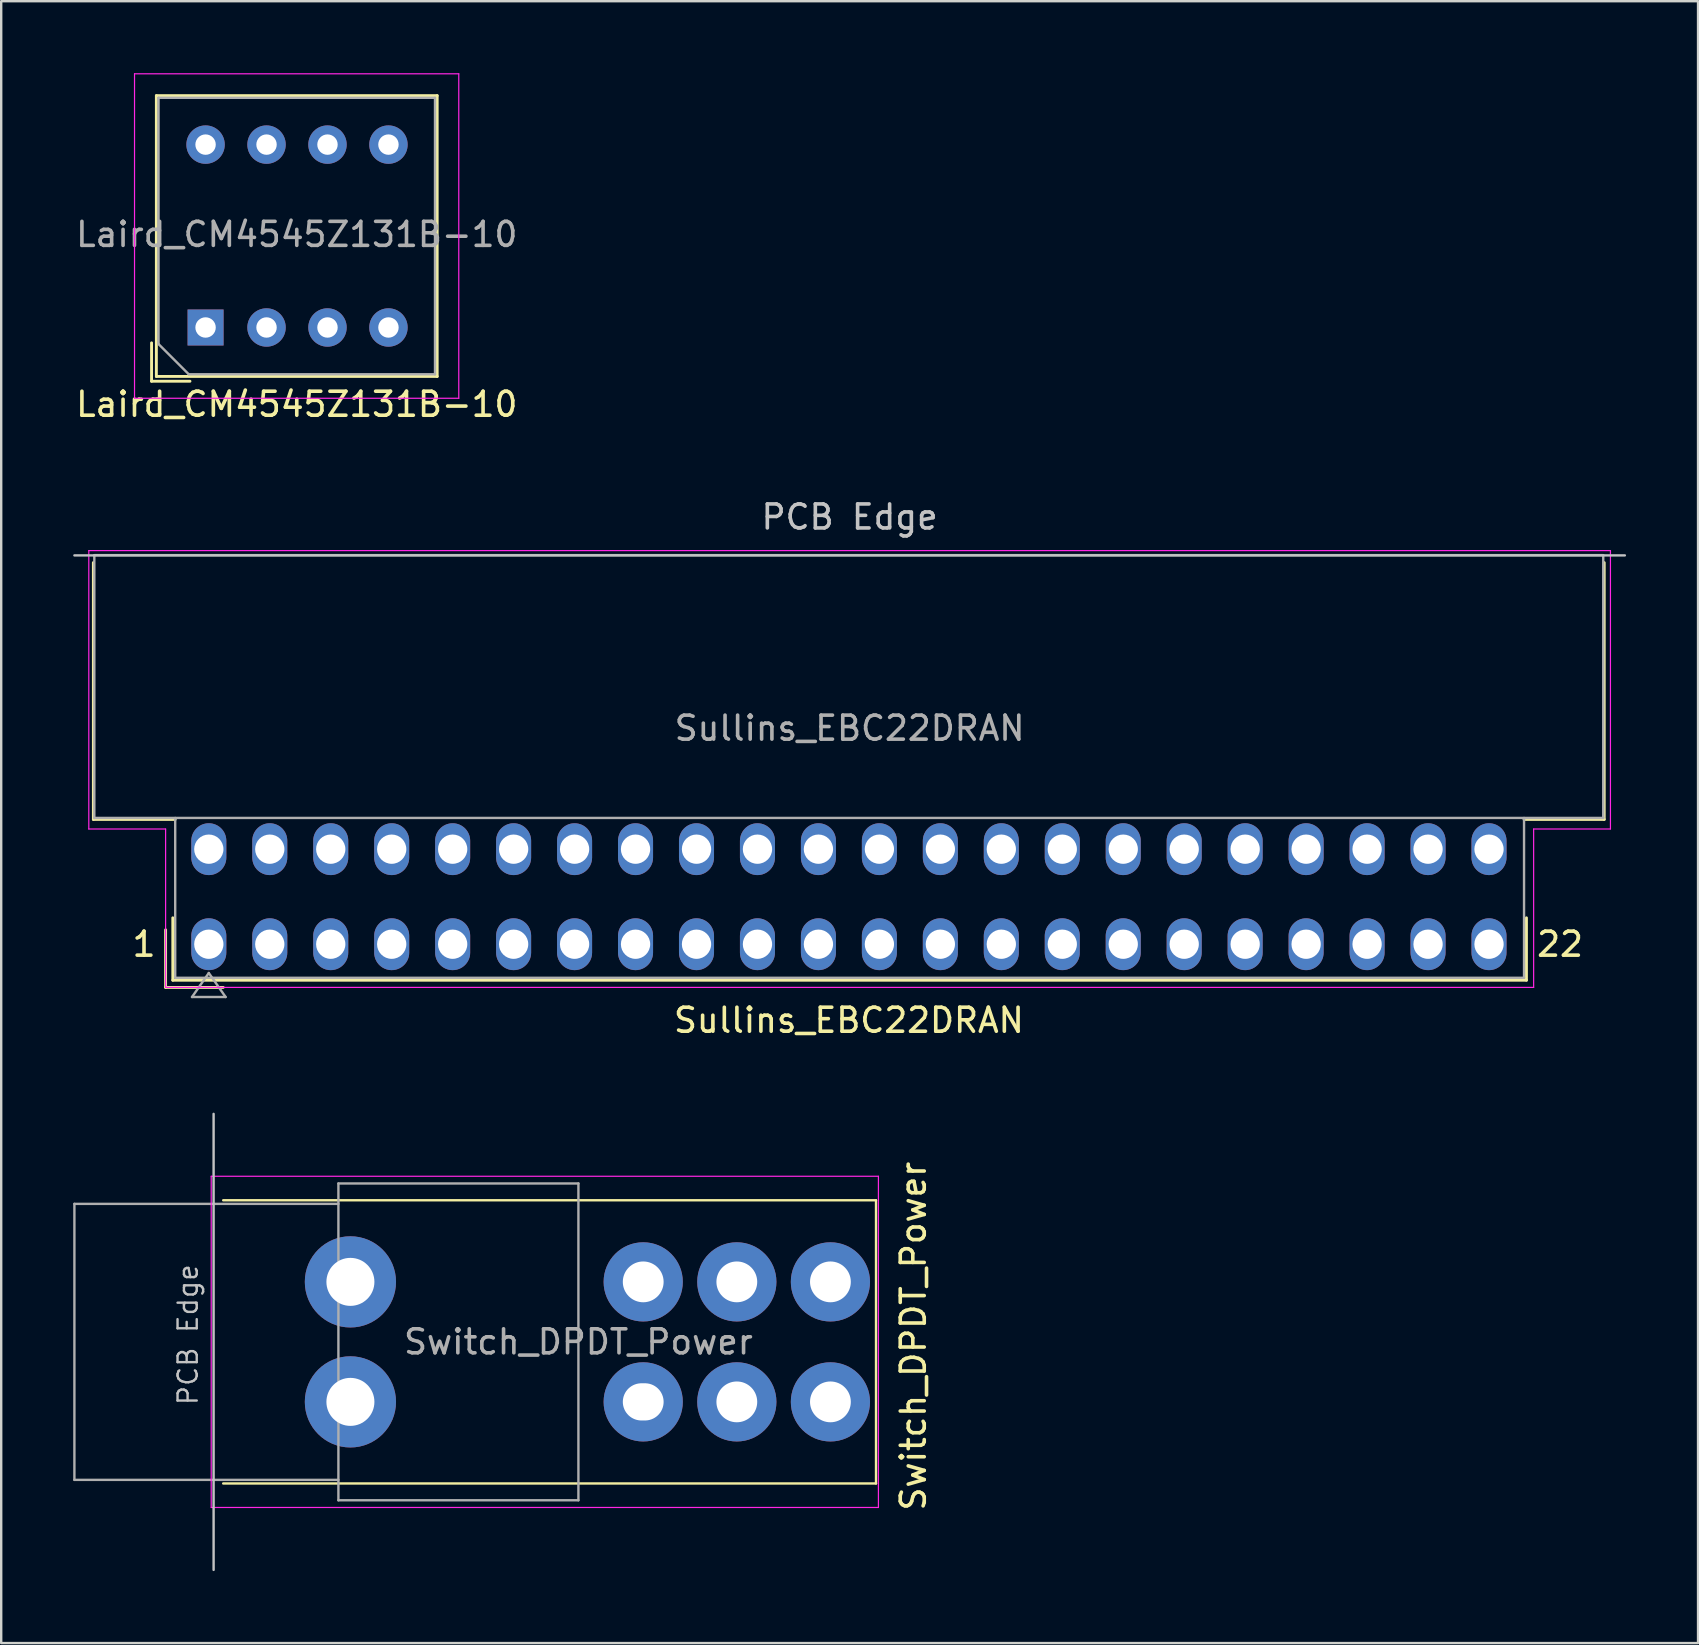
<source format=kicad_pcb>
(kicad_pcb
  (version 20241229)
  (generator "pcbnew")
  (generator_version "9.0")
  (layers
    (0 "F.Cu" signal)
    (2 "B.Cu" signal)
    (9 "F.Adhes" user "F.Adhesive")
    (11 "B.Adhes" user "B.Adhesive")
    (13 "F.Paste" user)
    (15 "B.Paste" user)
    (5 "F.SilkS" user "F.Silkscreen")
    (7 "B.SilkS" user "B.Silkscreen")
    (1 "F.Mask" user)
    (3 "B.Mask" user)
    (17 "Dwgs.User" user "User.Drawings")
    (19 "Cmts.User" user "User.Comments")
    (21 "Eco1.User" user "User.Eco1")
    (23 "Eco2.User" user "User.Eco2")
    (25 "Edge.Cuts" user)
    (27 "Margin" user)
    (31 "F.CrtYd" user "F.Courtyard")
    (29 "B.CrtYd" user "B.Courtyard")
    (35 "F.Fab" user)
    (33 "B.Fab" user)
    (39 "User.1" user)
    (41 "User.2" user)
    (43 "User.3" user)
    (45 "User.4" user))
  (footprint "Switch_DPDT_Power"
    (layer "F.Cu")
    (at 31.55 50.36)
    (property "Reference" "Switch_DPDT_Power" (at 3.454 2.261 90) (layer "F.SilkS") (effects (font (size 1 1) (thickness 0.15))))
    (attr through_hole)
    (fp_line (start -25.3 -3.4) (end 1.9 -3.4) (stroke (width 0.1) (type default)) (layer "F.SilkS"))
    (fp_line (start -25.3 8.4) (end 1.9 8.4) (stroke (width 0.1) (type default)) (layer "F.SilkS"))
    (fp_line (start 1.9 -3.4) (end 1.9 8.4) (stroke (width 0.1) (type default)) (layer "F.SilkS"))
    (fp_line (start -25.7 -7) (end -25.7 12) (stroke (width 0.1) (type default)) (layer "Dwgs.User"))
    (fp_line (start -25.8 -4.4) (end 2 -4.4) (stroke (width 0.05) (type default)) (layer "F.CrtYd"))
    (fp_line (start -25.8 9.4) (end -25.8 -4.4) (stroke (width 0.05) (type default)) (layer "F.CrtYd"))
    (fp_line (start 2 -4.4) (end 2 9.4) (stroke (width 0.05) (type default)) (layer "F.CrtYd"))
    (fp_line (start 2 9.4) (end -25.8 9.4) (stroke (width 0.05) (type default)) (layer "F.CrtYd"))
    (fp_line (start -31.5 -3.25) (end -31.5 8.25) (stroke (width 0.1) (type default)) (layer "F.Fab"))
    (fp_line (start -31.5 -3.25) (end -20.5 -3.25) (stroke (width 0.1) (type default)) (layer "F.Fab"))
    (fp_line (start -31.5 8.25) (end -20.5 8.25) (stroke (width 0.1) (type default)) (layer "F.Fab"))
    (fp_line (start -20.5 -4.1) (end -20.5 9.1) (stroke (width 0.1) (type solid)) (layer "F.Fab"))
    (fp_line (start -20.5 -4.1) (end -10.5 -4.1) (stroke (width 0.1) (type solid)) (layer "F.Fab"))
    (fp_line (start -20.5 9.1) (end -10.5 9.1) (stroke (width 0.1) (type solid)) (layer "F.Fab"))
    (fp_line (start -10.5 -4.1) (end -10.5 9.1) (stroke (width 0.1) (type solid)) (layer "F.Fab"))
    (fp_text user "PCB Edge" (at -26.3 5.2 90) (unlocked yes) (layer "Dwgs.User") (effects (font (size 0.8 0.8) (thickness 0.1)) (justify left bottom)))
    (fp_text user "${REFERENCE}" (at -10.5 2.5 0) (layer "F.Fab") (effects (font (size 1 1) (thickness 0.15))))
    (pad "" thru_hole circle (at -20 0) (size 3.8 3.8) (drill 2) (layers "*.Cu" "*.Mask"))
    (pad "" thru_hole circle (at -20 5) (size 3.8 3.8) (drill 2) (layers "*.Cu" "*.Mask"))
    (pad "1" thru_hole circle (at 0 0) (size 3.3 3.3) (drill 1.7) (layers "*.Cu" "*.Mask"))
    (pad "2" thru_hole circle (at -3.9 0) (size 3.3 3.3) (drill 1.7) (layers "*.Cu" "*.Mask"))
    (pad "3" thru_hole circle (at -7.8 0) (size 3.3 3.3) (drill 1.7) (layers "*.Cu" "*.Mask"))
    (pad "4" thru_hole circle (at 0 5) (size 3.3 3.3) (drill 1.7) (layers "*.Cu" "*.Mask"))
    (pad "5" thru_hole circle (at -3.9 5) (size 3.3 3.3) (drill 1.7) (layers "*.Cu" "*.Mask"))
    (pad "6" thru_hole circle (at -7.8 5) (size 3.3 3.3) (drill oval 1.7 1.55) (layers "*.Cu" "*.Mask")))
  (footprint "Laird_CM4545Z131B-10"
    (layer "F.Cu")
    (at 5.515 10.595)
    (property "Reference" "Laird_CM4545Z131B-10" (at 3.8 3.2 0) (layer "F.SilkS") (effects (font (size 1 1) (thickness 0.15))))
    (attr through_hole)
    (fp_line (start -2.25 2.24) (end -2.25 0.64) (stroke (width 0.12) (type solid)) (layer "F.SilkS"))
    (fp_line (start -2.05 -9.66) (end 9.65 -9.66) (stroke (width 0.12) (type solid)) (layer "F.SilkS"))
    (fp_line (start -2.05 2.04) (end -2.05 -9.66) (stroke (width 0.12) (type solid)) (layer "F.SilkS"))
    (fp_line (start -0.65 2.24) (end -2.25 2.24) (stroke (width 0.12) (type solid)) (layer "F.SilkS"))
    (fp_line (start 9.65 -9.66) (end 9.65 2.04) (stroke (width 0.12) (type solid)) (layer "F.SilkS"))
    (fp_line (start 9.65 2.04) (end -2.05 2.04) (stroke (width 0.12) (type solid)) (layer "F.SilkS"))
    (fp_line (start -2.96 -10.57) (end -2.96 2.95) (stroke (width 0.05) (type solid)) (layer "F.CrtYd"))
    (fp_line (start -2.96 -10.57) (end 10.55 -10.57) (stroke (width 0.05) (type solid)) (layer "F.CrtYd"))
    (fp_line (start 10.55 -10.57) (end 10.55 2.95) (stroke (width 0.05) (type solid)) (layer "F.CrtYd"))
    (fp_line (start 10.55 2.95) (end -2.96 2.95) (stroke (width 0.05) (type solid)) (layer "F.CrtYd"))
    (fp_line (start -1.96 0.69) (end -1.96 -9.57) (stroke (width 0.1) (type solid)) (layer "F.Fab"))
    (fp_line (start -0.7 1.95) (end -1.96 0.69) (stroke (width 0.1) (type solid)) (layer "F.Fab"))
    (fp_line (start -0.7 1.95) (end 9.56 1.95) (stroke (width 0.1) (type solid)) (layer "F.Fab"))
    (fp_line (start 9.56 -9.57) (end -1.96 -9.57) (stroke (width 0.1) (type solid)) (layer "F.Fab"))
    (fp_line (start 9.56 -9.57) (end 9.56 1.95) (stroke (width 0.1) (type solid)) (layer "F.Fab"))
    (fp_text user "${REFERENCE}" (at 3.8 -3.877 0) (layer "F.Fab") (effects (font (size 1 1) (thickness 0.15))))
    (pad "1" thru_hole rect (at 0 0) (size 1.5 1.5) (drill 0.85) (layers "*.Cu" "*.Mask"))
    (pad "2" thru_hole circle (at 2.54 0) (size 1.6 1.6) (drill 0.85) (layers "*.Cu" "*.Mask"))
    (pad "3" thru_hole circle (at 5.08 0) (size 1.6 1.6) (drill 0.85) (layers "*.Cu" "*.Mask"))
    (pad "4" thru_hole circle (at 7.62 0) (size 1.6 1.6) (drill 0.85) (layers "*.Cu" "*.Mask"))
    (pad "5" thru_hole circle (at 7.62 -7.62) (size 1.6 1.6) (drill 0.85) (layers "*.Cu" "*.Mask"))
    (pad "6" thru_hole circle (at 5.08 -7.62) (size 1.6 1.6) (drill 0.85) (layers "*.Cu" "*.Mask"))
    (pad "7" thru_hole circle (at 2.54 -7.62) (size 1.6 1.6) (drill 0.85) (layers "*.Cu" "*.Mask"))
    (pad "8" thru_hole circle (at 0 -7.62) (size 1.6 1.6) (drill 0.85) (layers "*.Cu" "*.Mask")))
  (footprint "Sullins_EBC22DRAN"
    (layer "F.Cu")
    (at 5.65 36.291)
    (property "Reference" "Sullins_EBC22DRAN" (at 26.67 3.17 0) (layer "F.SilkS") (effects (font (size 1 1) (thickness 0.15))))
    (attr through_hole)
    (fp_line (start -4.81 -15.9) (end -4.81 -5.2) (stroke (width 0.12) (type solid)) (layer "F.SilkS"))
    (fp_line (start -4.81 -5.2) (end -1.4 -5.2) (stroke (width 0.12) (type solid)) (layer "F.SilkS"))
    (fp_line (start -1.8 -0.6) (end -1.8 1.8) (stroke (width 0.12) (type solid)) (layer "F.SilkS"))
    (fp_line (start -1.8 1.8) (end 0.6 1.8) (stroke (width 0.12) (type solid)) (layer "F.SilkS"))
    (fp_line (start -1.5 -1.1) (end -1.5 1.5) (stroke (width 0.12) (type solid)) (layer "F.SilkS"))
    (fp_line (start -1.5 1.5) (end 54.9 1.5) (stroke (width 0.12) (type solid)) (layer "F.SilkS"))
    (fp_line (start 54.8 -5.2) (end 58.14 -5.2) (stroke (width 0.12) (type solid)) (layer "F.SilkS"))
    (fp_line (start 54.9 1.5) (end 54.9 -1.1) (stroke (width 0.12) (type solid)) (layer "F.SilkS"))
    (fp_line (start 58.14 -5.2) (end 58.14 -15.9) (stroke (width 0.12) (type solid)) (layer "F.SilkS"))
    (fp_line (start -5.6 -16.2) (end 59 -16.2) (stroke (width 0.1) (type solid)) (layer "Dwgs.User"))
    (fp_line (start -5 -16.4) (end -5 -4.8) (stroke (width 0.05) (type solid)) (layer "F.CrtYd"))
    (fp_line (start -5 -4.8) (end -1.8 -4.8) (stroke (width 0.05) (type solid)) (layer "F.CrtYd"))
    (fp_line (start -1.8 -4.8) (end -1.8 1.8) (stroke (width 0.05) (type solid)) (layer "F.CrtYd"))
    (fp_line (start -1.8 1.8) (end 55.2 1.8) (stroke (width 0.05) (type solid)) (layer "F.CrtYd"))
    (fp_line (start 55.2 -4.8) (end 58.4 -4.8) (stroke (width 0.05) (type solid)) (layer "F.CrtYd"))
    (fp_line (start 55.2 1.8) (end 55.2 -4.8) (stroke (width 0.05) (type solid)) (layer "F.CrtYd"))
    (fp_line (start 58.4 -16.4) (end -5 -16.4) (stroke (width 0.05) (type solid)) (layer "F.CrtYd"))
    (fp_line (start 58.4 -4.8) (end 58.4 -16.4) (stroke (width 0.05) (type solid)) (layer "F.CrtYd"))
    (fp_line (start -4.77 -16.21) (end -4.77 -5.26) (stroke (width 0.1) (type solid)) (layer "F.Fab"))
    (fp_line (start -4.77 -16.21) (end 58.1 -16.21) (stroke (width 0.1) (type solid)) (layer "F.Fab"))
    (fp_line (start -4.77 -5.26) (end 58.1 -5.26) (stroke (width 0.1) (type solid)) (layer "F.Fab"))
    (fp_line (start -1.4 -5.26) (end -1.4 1.4) (stroke (width 0.1) (type solid)) (layer "F.Fab"))
    (fp_line (start -1.4 1.4) (end 54.8 1.4) (stroke (width 0.1) (type solid)) (layer "F.Fab"))
    (fp_line (start -0.7 2.2) (end 0 1.2) (stroke (width 0.1) (type solid)) (layer "F.Fab"))
    (fp_line (start 0 1.2) (end 0.7 2.2) (stroke (width 0.1) (type solid)) (layer "F.Fab"))
    (fp_line (start 0.7 2.2) (end -0.7 2.2) (stroke (width 0.1) (type solid)) (layer "F.Fab"))
    (fp_line (start 54.8 -5.26) (end 54.8 1.4) (stroke (width 0.1) (type solid)) (layer "F.Fab"))
    (fp_line (start 58.1 -16.21) (end 58.1 -5.26) (stroke (width 0.1) (type solid)) (layer "F.Fab"))
    (fp_text user "1" (at -2.7 0 0) (layer "F.SilkS") (effects (font (size 1 1) (thickness 0.15))))
    (fp_text user "22" (at 56.3 0 0) (layer "F.SilkS") (effects (font (size 1 1) (thickness 0.15))))
    (fp_text user "PCB Edge" (at 26.7 -17.8 0) (layer "Dwgs.User") (effects (font (size 1 1) (thickness 0.15))))
    (fp_text user "${REFERENCE}" (at 26.7 -9 0) (layer "F.Fab") (effects (font (size 1 1) (thickness 0.15))))
    (pad "1" thru_hole oval (at 0 0) (size 1.46 2.16) (drill 1.22) (layers "*.Cu" "*.Mask"))
    (pad "2" thru_hole oval (at 2.54 0) (size 1.46 2.16) (drill 1.22) (layers "*.Cu" "*.Mask"))
    (pad "3" thru_hole oval (at 5.08 0) (size 1.46 2.16) (drill 1.22) (layers "*.Cu" "*.Mask"))
    (pad "4" thru_hole oval (at 7.62 0) (size 1.46 2.16) (drill 1.22) (layers "*.Cu" "*.Mask"))
    (pad "5" thru_hole oval (at 10.16 0) (size 1.46 2.16) (drill 1.22) (layers "*.Cu" "*.Mask"))
    (pad "6" thru_hole oval (at 12.7 0) (size 1.46 2.16) (drill 1.22) (layers "*.Cu" "*.Mask"))
    (pad "7" thru_hole oval (at 15.24 0) (size 1.46 2.16) (drill 1.22) (layers "*.Cu" "*.Mask"))
    (pad "8" thru_hole oval (at 17.78 0) (size 1.46 2.16) (drill 1.22) (layers "*.Cu" "*.Mask"))
    (pad "9" thru_hole oval (at 20.32 0) (size 1.46 2.16) (drill 1.22) (layers "*.Cu" "*.Mask"))
    (pad "10" thru_hole oval (at 22.86 0) (size 1.46 2.16) (drill 1.22) (layers "*.Cu" "*.Mask"))
    (pad "11" thru_hole oval (at 25.4 0) (size 1.46 2.16) (drill 1.22) (layers "*.Cu" "*.Mask"))
    (pad "12" thru_hole oval (at 27.94 0) (size 1.46 2.16) (drill 1.22) (layers "*.Cu" "*.Mask"))
    (pad "13" thru_hole oval (at 30.48 0) (size 1.46 2.16) (drill 1.22) (layers "*.Cu" "*.Mask"))
    (pad "14" thru_hole oval (at 33.02 0) (size 1.46 2.16) (drill 1.22) (layers "*.Cu" "*.Mask"))
    (pad "15" thru_hole oval (at 35.56 0) (size 1.46 2.16) (drill 1.22) (layers "*.Cu" "*.Mask"))
    (pad "16" thru_hole oval (at 38.1 0) (size 1.46 2.16) (drill 1.22) (layers "*.Cu" "*.Mask"))
    (pad "17" thru_hole oval (at 40.64 0) (size 1.46 2.16) (drill 1.22) (layers "*.Cu" "*.Mask"))
    (pad "18" thru_hole oval (at 43.18 0) (size 1.46 2.16) (drill 1.22) (layers "*.Cu" "*.Mask"))
    (pad "19" thru_hole oval (at 45.72 0) (size 1.46 2.16) (drill 1.22) (layers "*.Cu" "*.Mask"))
    (pad "20" thru_hole oval (at 48.26 0) (size 1.46 2.16) (drill 1.22) (layers "*.Cu" "*.Mask"))
    (pad "21" thru_hole oval (at 50.8 0) (size 1.46 2.16) (drill 1.22) (layers "*.Cu" "*.Mask"))
    (pad "22" thru_hole oval (at 53.34 0) (size 1.46 2.16) (drill 1.22) (layers "*.Cu" "*.Mask"))
    (pad "A" thru_hole oval (at 0 -3.96) (size 1.46 2.16) (drill 1.22) (layers "*.Cu" "*.Mask"))
    (pad "B" thru_hole oval (at 2.54 -3.96) (size 1.46 2.16) (drill 1.22) (layers "*.Cu" "*.Mask"))
    (pad "C" thru_hole oval (at 5.08 -3.96) (size 1.46 2.16) (drill 1.22) (layers "*.Cu" "*.Mask"))
    (pad "D" thru_hole oval (at 7.62 -3.96) (size 1.46 2.16) (drill 1.22) (layers "*.Cu" "*.Mask"))
    (pad "E" thru_hole oval (at 10.16 -3.96) (size 1.46 2.16) (drill 1.22) (layers "*.Cu" "*.Mask"))
    (pad "F" thru_hole oval (at 12.7 -3.96) (size 1.46 2.16) (drill 1.22) (layers "*.Cu" "*.Mask"))
    (pad "H" thru_hole oval (at 15.24 -3.96) (size 1.46 2.16) (drill 1.22) (layers "*.Cu" "*.Mask"))
    (pad "J" thru_hole oval (at 17.78 -3.96) (size 1.46 2.16) (drill 1.22) (layers "*.Cu" "*.Mask"))
    (pad "K" thru_hole oval (at 20.32 -3.96) (size 1.46 2.16) (drill 1.22) (layers "*.Cu" "*.Mask"))
    (pad "L" thru_hole oval (at 22.86 -3.96) (size 1.46 2.16) (drill 1.22) (layers "*.Cu" "*.Mask"))
    (pad "M" thru_hole oval (at 25.4 -3.96) (size 1.46 2.16) (drill 1.22) (layers "*.Cu" "*.Mask"))
    (pad "N" thru_hole oval (at 27.94 -3.96) (size 1.46 2.16) (drill 1.22) (layers "*.Cu" "*.Mask"))
    (pad "P" thru_hole oval (at 30.48 -3.96) (size 1.46 2.16) (drill 1.22) (layers "*.Cu" "*.Mask"))
    (pad "R" thru_hole oval (at 33.02 -3.96) (size 1.46 2.16) (drill 1.22) (layers "*.Cu" "*.Mask"))
    (pad "S" thru_hole oval (at 35.56 -3.96) (size 1.46 2.16) (drill 1.22) (layers "*.Cu" "*.Mask"))
    (pad "T" thru_hole oval (at 38.1 -3.96) (size 1.46 2.16) (drill 1.22) (layers "*.Cu" "*.Mask"))
    (pad "U" thru_hole oval (at 40.64 -3.96) (size 1.46 2.16) (drill 1.22) (layers "*.Cu" "*.Mask"))
    (pad "V" thru_hole oval (at 43.18 -3.96) (size 1.46 2.16) (drill 1.22) (layers "*.Cu" "*.Mask"))
    (pad "W" thru_hole oval (at 45.72 -3.96) (size 1.46 2.16) (drill 1.22) (layers "*.Cu" "*.Mask"))
    (pad "X" thru_hole oval (at 48.26 -3.96) (size 1.46 2.16) (drill 1.22) (layers "*.Cu" "*.Mask"))
    (pad "Y" thru_hole oval (at 50.8 -3.96) (size 1.46 2.16) (drill 1.22) (layers "*.Cu" "*.Mask"))
    (pad "Z" thru_hole oval (at 53.34 -3.96) (size 1.46 2.16) (drill 1.22) (layers "*.Cu" "*.Mask")))
  (gr_rect
    (start -3 -3)
    (end 67.7 65.41)
    (stroke (width 0.1) (type default))
    (fill no)
    (layer "Edge.Cuts")))
</source>
